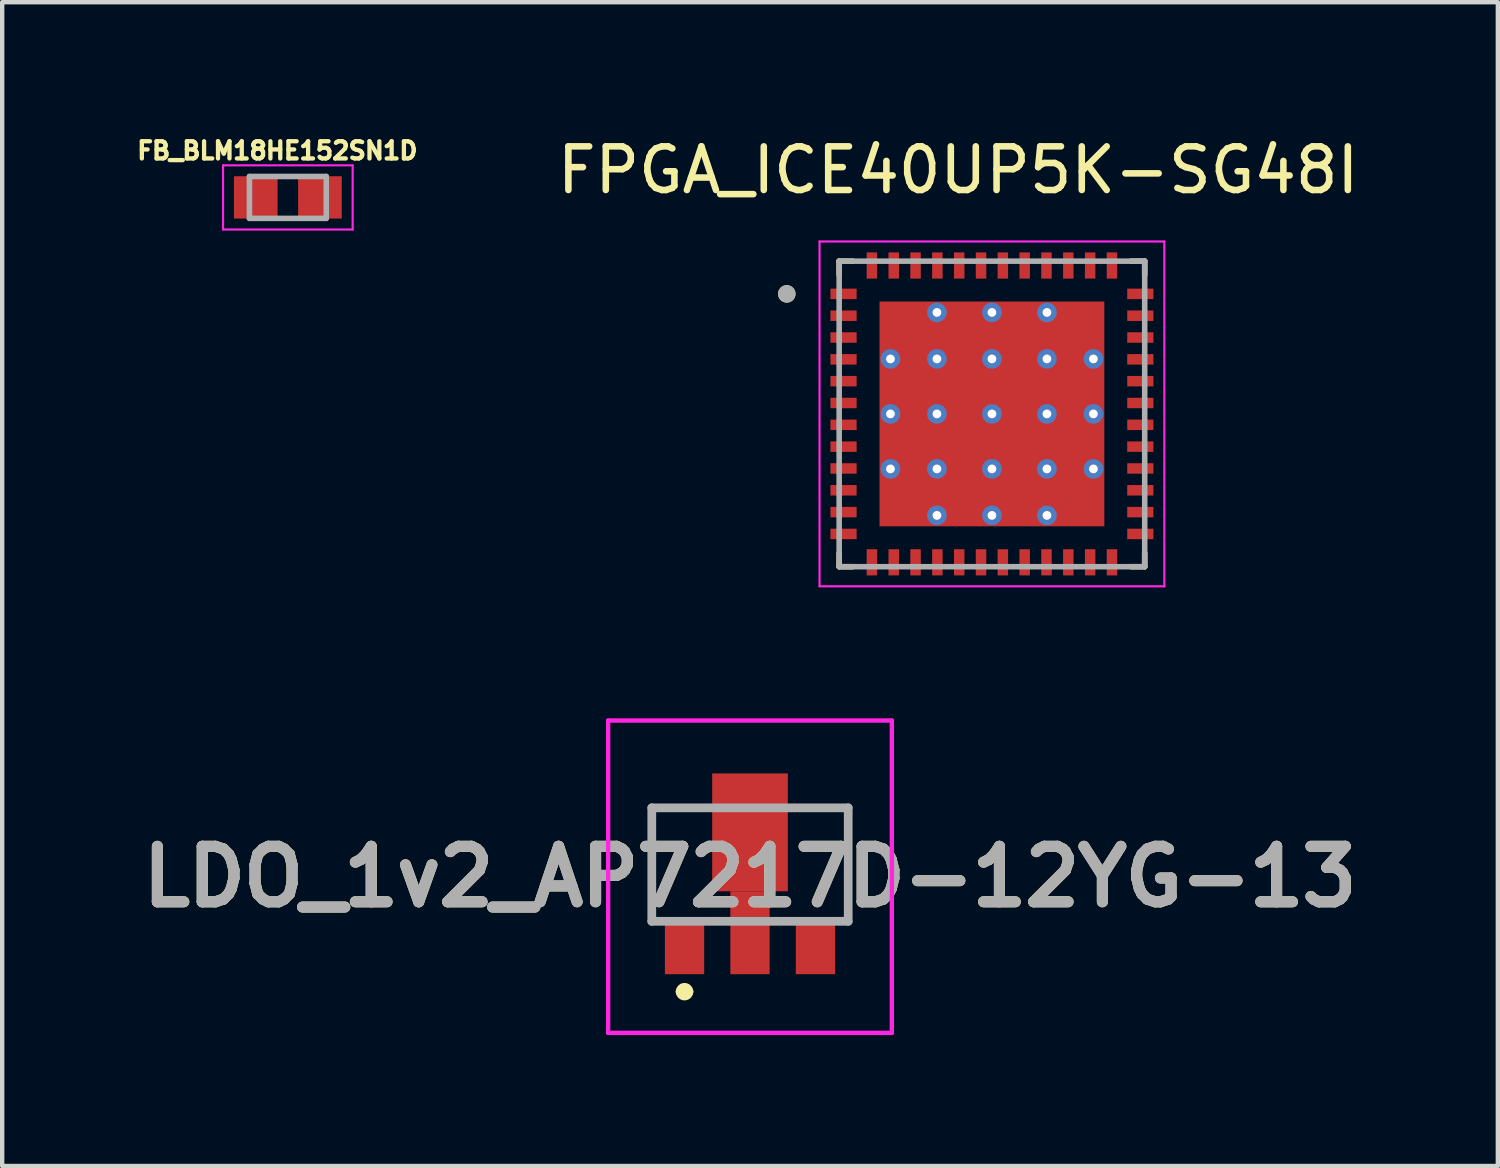
<source format=kicad_pcb>
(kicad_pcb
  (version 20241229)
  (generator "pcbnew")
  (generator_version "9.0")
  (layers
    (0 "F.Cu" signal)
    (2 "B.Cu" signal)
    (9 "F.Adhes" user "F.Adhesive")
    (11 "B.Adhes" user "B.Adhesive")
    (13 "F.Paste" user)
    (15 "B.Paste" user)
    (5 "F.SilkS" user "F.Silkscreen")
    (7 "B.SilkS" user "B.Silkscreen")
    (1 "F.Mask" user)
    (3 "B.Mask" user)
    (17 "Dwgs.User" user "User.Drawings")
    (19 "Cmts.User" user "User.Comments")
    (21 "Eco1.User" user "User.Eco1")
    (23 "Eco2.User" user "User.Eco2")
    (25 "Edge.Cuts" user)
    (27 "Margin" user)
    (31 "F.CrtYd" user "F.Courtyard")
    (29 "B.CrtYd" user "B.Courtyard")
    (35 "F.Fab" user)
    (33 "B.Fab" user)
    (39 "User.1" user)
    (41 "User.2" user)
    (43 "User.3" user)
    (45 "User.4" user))
  (footprint "FB_BLM18HE152SN1D"
    (layer "F.Cu")
    (at 3.545 1.473)
    (property "Reference" "FB_BLM18HE152SN1D" (at -0.24 -1.07 0) (layer "F.SilkS") (effects (font (size 0.394 0.394) (thickness 0.15))))
    (attr through_hole)
    (fp_line (start -1.485 -0.735) (end 1.485 -0.735) (stroke (width 0.05) (type solid)) (layer "F.CrtYd"))
    (fp_line (start -1.485 0.735) (end -1.485 -0.735) (stroke (width 0.05) (type solid)) (layer "F.CrtYd"))
    (fp_line (start -1.485 0.735) (end 1.485 0.735) (stroke (width 0.05) (type solid)) (layer "F.CrtYd"))
    (fp_line (start 1.485 0.735) (end 1.485 -0.735) (stroke (width 0.05) (type solid)) (layer "F.CrtYd"))
    (fp_line (start -0.88 0.48) (end -0.88 -0.48) (stroke (width 0.127) (type solid)) (layer "F.Fab"))
    (fp_line (start 0.88 -0.48) (end -0.88 -0.48) (stroke (width 0.127) (type solid)) (layer "F.Fab"))
    (fp_line (start 0.88 0.48) (end -0.88 0.48) (stroke (width 0.127) (type solid)) (layer "F.Fab"))
    (fp_line (start 0.88 0.48) (end 0.88 -0.48) (stroke (width 0.127) (type solid)) (layer "F.Fab"))
    (pad "1" smd rect (at -0.735 0) (size 1 0.97) (layers "F.Cu" "F.Mask" "F.Paste"))
    (pad "2" smd rect (at 0.735 0) (size 1 0.97) (layers "F.Cu" "F.Mask" "F.Paste")))
  (footprint "FPGA_ICE40UP5K-SG48I"
    (layer "F.Cu")
    (at 19.676 6.433)
    (property "Reference" "FPGA_ICE40UP5K-SG48I" (at -0.775 -5.585 0) (layer "F.SilkS") (effects (font (size 1 1) (thickness 0.15))))
    (attr through_hole)
    (fp_line (start -3.5 -3.19) (end -3.5 -3.5) (stroke (width 0.127) (type solid)) (layer "F.SilkS"))
    (fp_line (start -3.5 3.5) (end -3.5 3.19) (stroke (width 0.127) (type solid)) (layer "F.SilkS"))
    (fp_line (start -3.19 -3.5) (end -3.5 -3.5) (stroke (width 0.127) (type solid)) (layer "F.SilkS"))
    (fp_line (start -3.19 3.5) (end -3.5 3.5) (stroke (width 0.127) (type solid)) (layer "F.SilkS"))
    (fp_line (start 3.5 -3.5) (end 3.19 -3.5) (stroke (width 0.127) (type solid)) (layer "F.SilkS"))
    (fp_line (start 3.5 -3.19) (end 3.5 -3.5) (stroke (width 0.127) (type solid)) (layer "F.SilkS"))
    (fp_line (start 3.5 3.5) (end 3.19 3.5) (stroke (width 0.127) (type solid)) (layer "F.SilkS"))
    (fp_line (start 3.5 3.5) (end 3.5 3.19) (stroke (width 0.127) (type solid)) (layer "F.SilkS"))
    (fp_circle (center -4.7 -2.75) (end -4.6 -2.75) (stroke (width 0.2) (type solid)) (fill no) (layer "F.SilkS"))
    (fp_poly (pts (xy -2.42 -2.42) (xy -1.36 -2.42) (xy -1.36 -1.36) (xy -2.42 -1.36)) (stroke (width 0.01) (type solid)) (fill yes) (layer "F.Paste"))
    (fp_poly (pts (xy -2.42 -1.16) (xy -1.36 -1.16) (xy -1.36 -0.1) (xy -2.42 -0.1)) (stroke (width 0.01) (type solid)) (fill yes) (layer "F.Paste"))
    (fp_poly (pts (xy -2.42 0.1) (xy -1.36 0.1) (xy -1.36 1.16) (xy -2.42 1.16)) (stroke (width 0.01) (type solid)) (fill yes) (layer "F.Paste"))
    (fp_poly (pts (xy -2.42 1.36) (xy -1.36 1.36) (xy -1.36 2.42) (xy -2.42 2.42)) (stroke (width 0.01) (type solid)) (fill yes) (layer "F.Paste"))
    (fp_poly (pts (xy -1.16 -2.42) (xy -0.1 -2.42) (xy -0.1 -1.36) (xy -1.16 -1.36)) (stroke (width 0.01) (type solid)) (fill yes) (layer "F.Paste"))
    (fp_poly (pts (xy -1.16 -1.16) (xy -0.1 -1.16) (xy -0.1 -0.1) (xy -1.16 -0.1)) (stroke (width 0.01) (type solid)) (fill yes) (layer "F.Paste"))
    (fp_poly (pts (xy -1.16 0.1) (xy -0.1 0.1) (xy -0.1 1.16) (xy -1.16 1.16)) (stroke (width 0.01) (type solid)) (fill yes) (layer "F.Paste"))
    (fp_poly (pts (xy -1.16 1.36) (xy -0.1 1.36) (xy -0.1 2.42) (xy -1.16 2.42)) (stroke (width 0.01) (type solid)) (fill yes) (layer "F.Paste"))
    (fp_poly (pts (xy 0.1 -2.42) (xy 1.16 -2.42) (xy 1.16 -1.36) (xy 0.1 -1.36)) (stroke (width 0.01) (type solid)) (fill yes) (layer "F.Paste"))
    (fp_poly (pts (xy 0.1 -1.16) (xy 1.16 -1.16) (xy 1.16 -0.1) (xy 0.1 -0.1)) (stroke (width 0.01) (type solid)) (fill yes) (layer "F.Paste"))
    (fp_poly (pts (xy 0.1 0.1) (xy 1.16 0.1) (xy 1.16 1.16) (xy 0.1 1.16)) (stroke (width 0.01) (type solid)) (fill yes) (layer "F.Paste"))
    (fp_poly (pts (xy 0.1 1.36) (xy 1.16 1.36) (xy 1.16 2.42) (xy 0.1 2.42)) (stroke (width 0.01) (type solid)) (fill yes) (layer "F.Paste"))
    (fp_poly (pts (xy 1.36 -2.42) (xy 2.42 -2.42) (xy 2.42 -1.36) (xy 1.36 -1.36)) (stroke (width 0.01) (type solid)) (fill yes) (layer "F.Paste"))
    (fp_poly (pts (xy 1.36 -1.16) (xy 2.42 -1.16) (xy 2.42 -0.1) (xy 1.36 -0.1)) (stroke (width 0.01) (type solid)) (fill yes) (layer "F.Paste"))
    (fp_poly (pts (xy 1.36 0.1) (xy 2.42 0.1) (xy 2.42 1.16) (xy 1.36 1.16)) (stroke (width 0.01) (type solid)) (fill yes) (layer "F.Paste"))
    (fp_poly (pts (xy 1.36 1.36) (xy 2.42 1.36) (xy 2.42 2.42) (xy 1.36 2.42)) (stroke (width 0.01) (type solid)) (fill yes) (layer "F.Paste"))
    (fp_line (start -3.95 -3.95) (end -3.95 3.95) (stroke (width 0.05) (type solid)) (layer "F.CrtYd"))
    (fp_line (start -3.95 3.95) (end 3.95 3.95) (stroke (width 0.05) (type solid)) (layer "F.CrtYd"))
    (fp_line (start 3.95 -3.95) (end -3.95 -3.95) (stroke (width 0.05) (type solid)) (layer "F.CrtYd"))
    (fp_line (start 3.95 3.95) (end 3.95 -3.95) (stroke (width 0.05) (type solid)) (layer "F.CrtYd"))
    (fp_line (start -3.5 3.5) (end -3.5 -3.5) (stroke (width 0.127) (type solid)) (layer "F.Fab"))
    (fp_line (start 3.5 -3.5) (end -3.5 -3.5) (stroke (width 0.127) (type solid)) (layer "F.Fab"))
    (fp_line (start 3.5 3.5) (end -3.5 3.5) (stroke (width 0.127) (type solid)) (layer "F.Fab"))
    (fp_line (start 3.5 3.5) (end 3.5 -3.5) (stroke (width 0.127) (type solid)) (layer "F.Fab"))
    (fp_circle (center -4.7 -2.75) (end -4.6 -2.75) (stroke (width 0.2) (type solid)) (fill no) (layer "F.Fab"))
    (pad "1" smd rect (at -3.4 -2.75) (size 0.6 0.24) (layers "F.Cu" "F.Mask" "F.Paste"))
    (pad "2" smd rect (at -3.4 -2.25) (size 0.6 0.24) (layers "F.Cu" "F.Mask" "F.Paste"))
    (pad "3" smd rect (at -3.4 -1.75) (size 0.6 0.24) (layers "F.Cu" "F.Mask" "F.Paste"))
    (pad "4" smd rect (at -3.4 -1.25) (size 0.6 0.24) (layers "F.Cu" "F.Mask" "F.Paste"))
    (pad "5" smd rect (at -3.4 -0.75) (size 0.6 0.24) (layers "F.Cu" "F.Mask" "F.Paste"))
    (pad "6" smd rect (at -3.4 -0.25) (size 0.6 0.24) (layers "F.Cu" "F.Mask" "F.Paste"))
    (pad "7" smd rect (at -3.4 0.25) (size 0.6 0.24) (layers "F.Cu" "F.Mask" "F.Paste"))
    (pad "8" smd rect (at -3.4 0.75) (size 0.6 0.24) (layers "F.Cu" "F.Mask" "F.Paste"))
    (pad "9" smd rect (at -3.4 1.25) (size 0.6 0.24) (layers "F.Cu" "F.Mask" "F.Paste"))
    (pad "10" smd rect (at -3.4 1.75) (size 0.6 0.24) (layers "F.Cu" "F.Mask" "F.Paste"))
    (pad "11" smd rect (at -3.4 2.25) (size 0.6 0.24) (layers "F.Cu" "F.Mask" "F.Paste"))
    (pad "12" smd rect (at -3.4 2.75) (size 0.6 0.24) (layers "F.Cu" "F.Mask" "F.Paste"))
    (pad "13" smd rect (at -2.75 3.4) (size 0.24 0.6) (layers "F.Cu" "F.Mask" "F.Paste"))
    (pad "14" smd rect (at -2.25 3.4) (size 0.24 0.6) (layers "F.Cu" "F.Mask" "F.Paste"))
    (pad "15" smd rect (at -1.75 3.4) (size 0.24 0.6) (layers "F.Cu" "F.Mask" "F.Paste"))
    (pad "16" smd rect (at -1.25 3.4) (size 0.24 0.6) (layers "F.Cu" "F.Mask" "F.Paste"))
    (pad "17" smd rect (at -0.75 3.4) (size 0.24 0.6) (layers "F.Cu" "F.Mask" "F.Paste"))
    (pad "18" smd rect (at -0.25 3.4) (size 0.24 0.6) (layers "F.Cu" "F.Mask" "F.Paste"))
    (pad "19" smd rect (at 0.25 3.4) (size 0.24 0.6) (layers "F.Cu" "F.Mask" "F.Paste"))
    (pad "20" smd rect (at 0.75 3.4) (size 0.24 0.6) (layers "F.Cu" "F.Mask" "F.Paste"))
    (pad "21" smd rect (at 1.25 3.4) (size 0.24 0.6) (layers "F.Cu" "F.Mask" "F.Paste"))
    (pad "22" smd rect (at 1.75 3.4) (size 0.24 0.6) (layers "F.Cu" "F.Mask" "F.Paste"))
    (pad "23" smd rect (at 2.25 3.4) (size 0.24 0.6) (layers "F.Cu" "F.Mask" "F.Paste"))
    (pad "24" smd rect (at 2.75 3.4) (size 0.24 0.6) (layers "F.Cu" "F.Mask" "F.Paste"))
    (pad "25" smd rect (at 3.4 2.75) (size 0.6 0.24) (layers "F.Cu" "F.Mask" "F.Paste"))
    (pad "26" smd rect (at 3.4 2.25) (size 0.6 0.24) (layers "F.Cu" "F.Mask" "F.Paste"))
    (pad "27" smd rect (at 3.4 1.75) (size 0.6 0.24) (layers "F.Cu" "F.Mask" "F.Paste"))
    (pad "28" smd rect (at 3.4 1.25) (size 0.6 0.24) (layers "F.Cu" "F.Mask" "F.Paste"))
    (pad "29" smd rect (at 3.4 0.75) (size 0.6 0.24) (layers "F.Cu" "F.Mask" "F.Paste"))
    (pad "30" smd rect (at 3.4 0.25) (size 0.6 0.24) (layers "F.Cu" "F.Mask" "F.Paste"))
    (pad "31" smd rect (at 3.4 -0.25) (size 0.6 0.24) (layers "F.Cu" "F.Mask" "F.Paste"))
    (pad "32" smd rect (at 3.4 -0.75) (size 0.6 0.24) (layers "F.Cu" "F.Mask" "F.Paste"))
    (pad "33" smd rect (at 3.4 -1.25) (size 0.6 0.24) (layers "F.Cu" "F.Mask" "F.Paste"))
    (pad "34" smd rect (at 3.4 -1.75) (size 0.6 0.24) (layers "F.Cu" "F.Mask" "F.Paste"))
    (pad "35" smd rect (at 3.4 -2.25) (size 0.6 0.24) (layers "F.Cu" "F.Mask" "F.Paste"))
    (pad "36" smd rect (at 3.4 -2.75) (size 0.6 0.24) (layers "F.Cu" "F.Mask" "F.Paste"))
    (pad "37" smd rect (at 2.75 -3.4) (size 0.24 0.6) (layers "F.Cu" "F.Mask" "F.Paste"))
    (pad "38" smd rect (at 2.25 -3.4) (size 0.24 0.6) (layers "F.Cu" "F.Mask" "F.Paste"))
    (pad "39" smd rect (at 1.75 -3.4) (size 0.24 0.6) (layers "F.Cu" "F.Mask" "F.Paste"))
    (pad "40" smd rect (at 1.25 -3.4) (size 0.24 0.6) (layers "F.Cu" "F.Mask" "F.Paste"))
    (pad "41" smd rect (at 0.75 -3.4) (size 0.24 0.6) (layers "F.Cu" "F.Mask" "F.Paste"))
    (pad "42" smd rect (at 0.25 -3.4) (size 0.24 0.6) (layers "F.Cu" "F.Mask" "F.Paste"))
    (pad "43" smd rect (at -0.25 -3.4) (size 0.24 0.6) (layers "F.Cu" "F.Mask" "F.Paste"))
    (pad "44" smd rect (at -0.75 -3.4) (size 0.24 0.6) (layers "F.Cu" "F.Mask" "F.Paste"))
    (pad "45" smd rect (at -1.25 -3.4) (size 0.24 0.6) (layers "F.Cu" "F.Mask" "F.Paste"))
    (pad "46" smd rect (at -1.75 -3.4) (size 0.24 0.6) (layers "F.Cu" "F.Mask" "F.Paste"))
    (pad "47" smd rect (at -2.25 -3.4) (size 0.24 0.6) (layers "F.Cu" "F.Mask" "F.Paste"))
    (pad "48" smd rect (at -2.75 -3.4) (size 0.24 0.6) (layers "F.Cu" "F.Mask" "F.Paste"))
    (pad "49" smd rect (at 0 0) (size 5.15 5.15) (layers "F.Cu" "F.Mask"))
    (pad "V49_1" thru_hole circle (at 0 0) (size 0.45 0.45) (drill 0.2) (layers "*.Cu"))
    (pad "V49_2" thru_hole circle (at 0 -1.26) (size 0.45 0.45) (drill 0.2) (layers "*.Cu"))
    (pad "V49_3" thru_hole circle (at 1.26 -1.26) (size 0.45 0.45) (drill 0.2) (layers "*.Cu"))
    (pad "V49_4" thru_hole circle (at 1.26 0) (size 0.45 0.45) (drill 0.2) (layers "*.Cu"))
    (pad "V49_5" thru_hole circle (at 1.26 1.26) (size 0.45 0.45) (drill 0.2) (layers "*.Cu"))
    (pad "V49_6" thru_hole circle (at -1.26 -1.26) (size 0.45 0.45) (drill 0.2) (layers "*.Cu"))
    (pad "V49_7" thru_hole circle (at -1.26 0) (size 0.45 0.45) (drill 0.2) (layers "*.Cu"))
    (pad "V49_8" thru_hole circle (at -1.26 1.26) (size 0.45 0.45) (drill 0.2) (layers "*.Cu"))
    (pad "V49_9" thru_hole circle (at 0 1.26) (size 0.45 0.45) (drill 0.2) (layers "*.Cu"))
    (pad "V49_10" thru_hole circle (at 0 -2.325) (size 0.45 0.45) (drill 0.2) (layers "*.Cu"))
    (pad "V49_11" thru_hole circle (at 1.26 -2.325) (size 0.45 0.45) (drill 0.2) (layers "*.Cu"))
    (pad "V49_12" thru_hole circle (at 1.26 2.325) (size 0.45 0.45) (drill 0.2) (layers "*.Cu"))
    (pad "V49_13" thru_hole circle (at 0 2.325) (size 0.45 0.45) (drill 0.2) (layers "*.Cu"))
    (pad "V49_14" thru_hole circle (at -1.26 2.325) (size 0.45 0.45) (drill 0.2) (layers "*.Cu"))
    (pad "V49_15" thru_hole circle (at 2.325 -1.26) (size 0.45 0.45) (drill 0.2) (layers "*.Cu"))
    (pad "V49_16" thru_hole circle (at 2.325 0) (size 0.45 0.45) (drill 0.2) (layers "*.Cu"))
    (pad "V49_17" thru_hole circle (at 2.325 1.26) (size 0.45 0.45) (drill 0.2) (layers "*.Cu"))
    (pad "V49_18" thru_hole circle (at -2.325 -1.26) (size 0.45 0.45) (drill 0.2) (layers "*.Cu"))
    (pad "V49_19" thru_hole circle (at -2.325 0) (size 0.45 0.45) (drill 0.2) (layers "*.Cu"))
    (pad "V49_20" thru_hole circle (at -2.325 1.26) (size 0.45 0.45) (drill 0.2) (layers "*.Cu"))
    (pad "V49_21" thru_hole circle (at -1.26 -2.325) (size 0.45 0.45) (drill 0.2) (layers "*.Cu")))
  (footprint "LDO_1v2_AP7217D-12YG-13"
    (layer "F.Cu")
    (at 14.133 17.37)
    (property "Reference" "LDO_1v2_AP7217D-12YG-13" (at 0 -0.334 0) (layer "F.SilkS") (effects (font (size 1.27 1.27) (thickness 0.254))))
    (attr smd)
    (fp_line (start -2.25 -1.912) (end -1.5 -1.912) (stroke (width 0.1) (type solid)) (layer "F.SilkS"))
    (fp_line (start -2.25 0.688) (end -2.25 -1.912) (stroke (width 0.1) (type solid)) (layer "F.SilkS"))
    (fp_line (start -1.6 2.3) (end -1.6 2.3) (stroke (width 0.2) (type solid)) (layer "F.SilkS"))
    (fp_line (start -1.4 2.3) (end -1.4 2.3) (stroke (width 0.2) (type solid)) (layer "F.SilkS"))
    (fp_line (start 2.25 -1.912) (end 1.5 -1.912) (stroke (width 0.1) (type solid)) (layer "F.SilkS"))
    (fp_line (start 2.25 0.688) (end 2.25 -1.912) (stroke (width 0.1) (type solid)) (layer "F.SilkS"))
    (fp_arc (start -1.6 2.3) (mid -1.5 2.2) (end -1.4 2.3) (stroke (width 0.2) (type solid)) (layer "F.SilkS"))
    (fp_arc (start -1.4 2.3) (mid -1.5 2.4) (end -1.6 2.3) (stroke (width 0.2) (type solid)) (layer "F.SilkS"))
    (fp_line (start -3.25 -3.912) (end 3.25 -3.912) (stroke (width 0.1) (type solid)) (layer "F.CrtYd"))
    (fp_line (start -3.25 3.244) (end -3.25 -3.912) (stroke (width 0.1) (type solid)) (layer "F.CrtYd"))
    (fp_line (start 3.25 -3.912) (end 3.25 3.244) (stroke (width 0.1) (type solid)) (layer "F.CrtYd"))
    (fp_line (start 3.25 3.244) (end -3.25 3.244) (stroke (width 0.1) (type solid)) (layer "F.CrtYd"))
    (fp_line (start -2.25 -1.912) (end 2.25 -1.912) (stroke (width 0.2) (type solid)) (layer "F.Fab"))
    (fp_line (start -2.25 0.688) (end -2.25 -1.912) (stroke (width 0.2) (type solid)) (layer "F.Fab"))
    (fp_line (start 2.25 -1.912) (end 2.25 0.688) (stroke (width 0.2) (type solid)) (layer "F.Fab"))
    (fp_line (start 2.25 0.688) (end -2.25 0.688) (stroke (width 0.2) (type solid)) (layer "F.Fab"))
    (fp_text user "${REFERENCE}" (at 0 -0.334 0) (layer "F.Fab") (effects (font (size 1.27 1.27) (thickness 0.254))))
    (pad "1" smd rect (at -1.5 1.25) (size 0.9 1.3) (layers "F.Cu" "F.Mask" "F.Paste"))
    (pad "2" smd rect (at 0 0.95) (size 0.9 1.9) (layers "F.Cu" "F.Mask" "F.Paste"))
    (pad "3" smd rect (at 1.5 1.25) (size 0.9 1.3) (layers "F.Cu" "F.Mask" "F.Paste"))
    (pad "4" smd rect (at 0 -1.35) (size 1.733 2.7) (layers "F.Cu" "F.Mask" "F.Paste")))
  (gr_rect
    (start -3 -3)
    (end 31.267 23.664)
    (stroke (width 0.1) (type default))
    (fill no)
    (layer "Edge.Cuts")))
</source>
